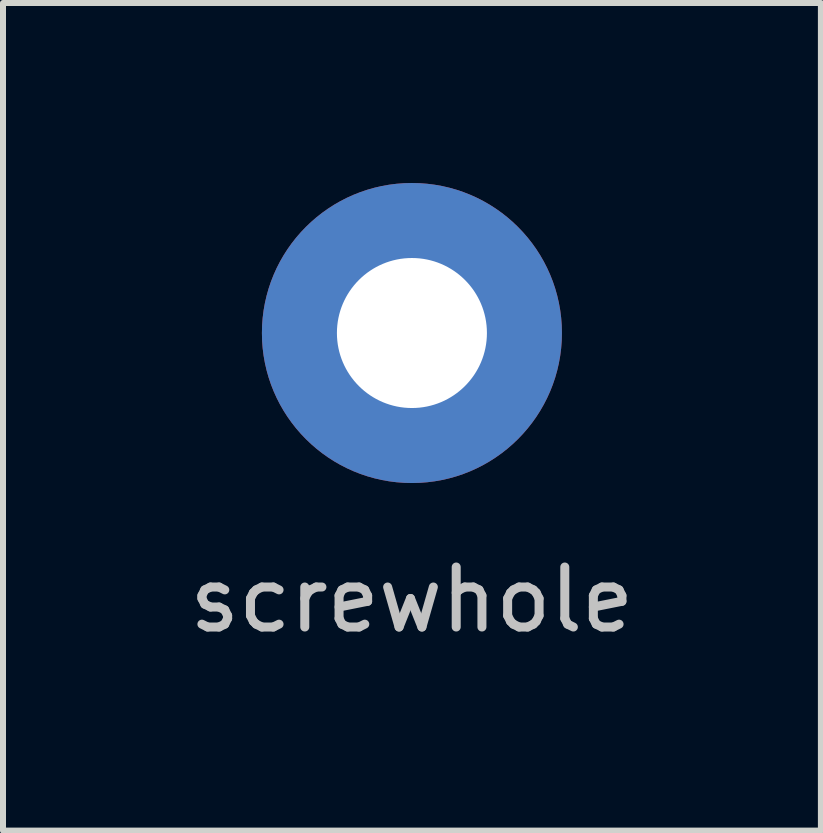
<source format=kicad_pcb>
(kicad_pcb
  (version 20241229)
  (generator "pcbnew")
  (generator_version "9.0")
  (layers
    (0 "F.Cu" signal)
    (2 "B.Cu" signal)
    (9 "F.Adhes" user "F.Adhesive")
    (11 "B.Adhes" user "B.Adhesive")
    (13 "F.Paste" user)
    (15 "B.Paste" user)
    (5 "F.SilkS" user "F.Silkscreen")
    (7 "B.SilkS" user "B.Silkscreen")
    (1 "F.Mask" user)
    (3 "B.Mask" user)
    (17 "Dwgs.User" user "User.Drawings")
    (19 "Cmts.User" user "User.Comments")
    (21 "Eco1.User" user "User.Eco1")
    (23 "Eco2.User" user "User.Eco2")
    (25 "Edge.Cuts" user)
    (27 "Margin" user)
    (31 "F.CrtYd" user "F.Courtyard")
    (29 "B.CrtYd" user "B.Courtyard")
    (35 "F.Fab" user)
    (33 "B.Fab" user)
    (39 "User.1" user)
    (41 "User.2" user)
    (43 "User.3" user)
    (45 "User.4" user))
  (footprint "screwhole"
    (layer "F.Cu")
    (at 3.815 2.5)
    (property "Reference" "screwhole" (at 0 4.445 0) (layer "Dwgs.User") (effects (font (size 1 1) (thickness 0.15))))
    (attr through_hole)
    (pad "1" thru_hole circle (at 0 0) (size 5 5) (drill 2.5) (layers "*.Cu" "*.Mask")))
  (gr_rect
    (start -3 -3)
    (end 10.631 10.793)
    (stroke (width 0.1) (type default))
    (fill no)
    (layer "Edge.Cuts")))
</source>
